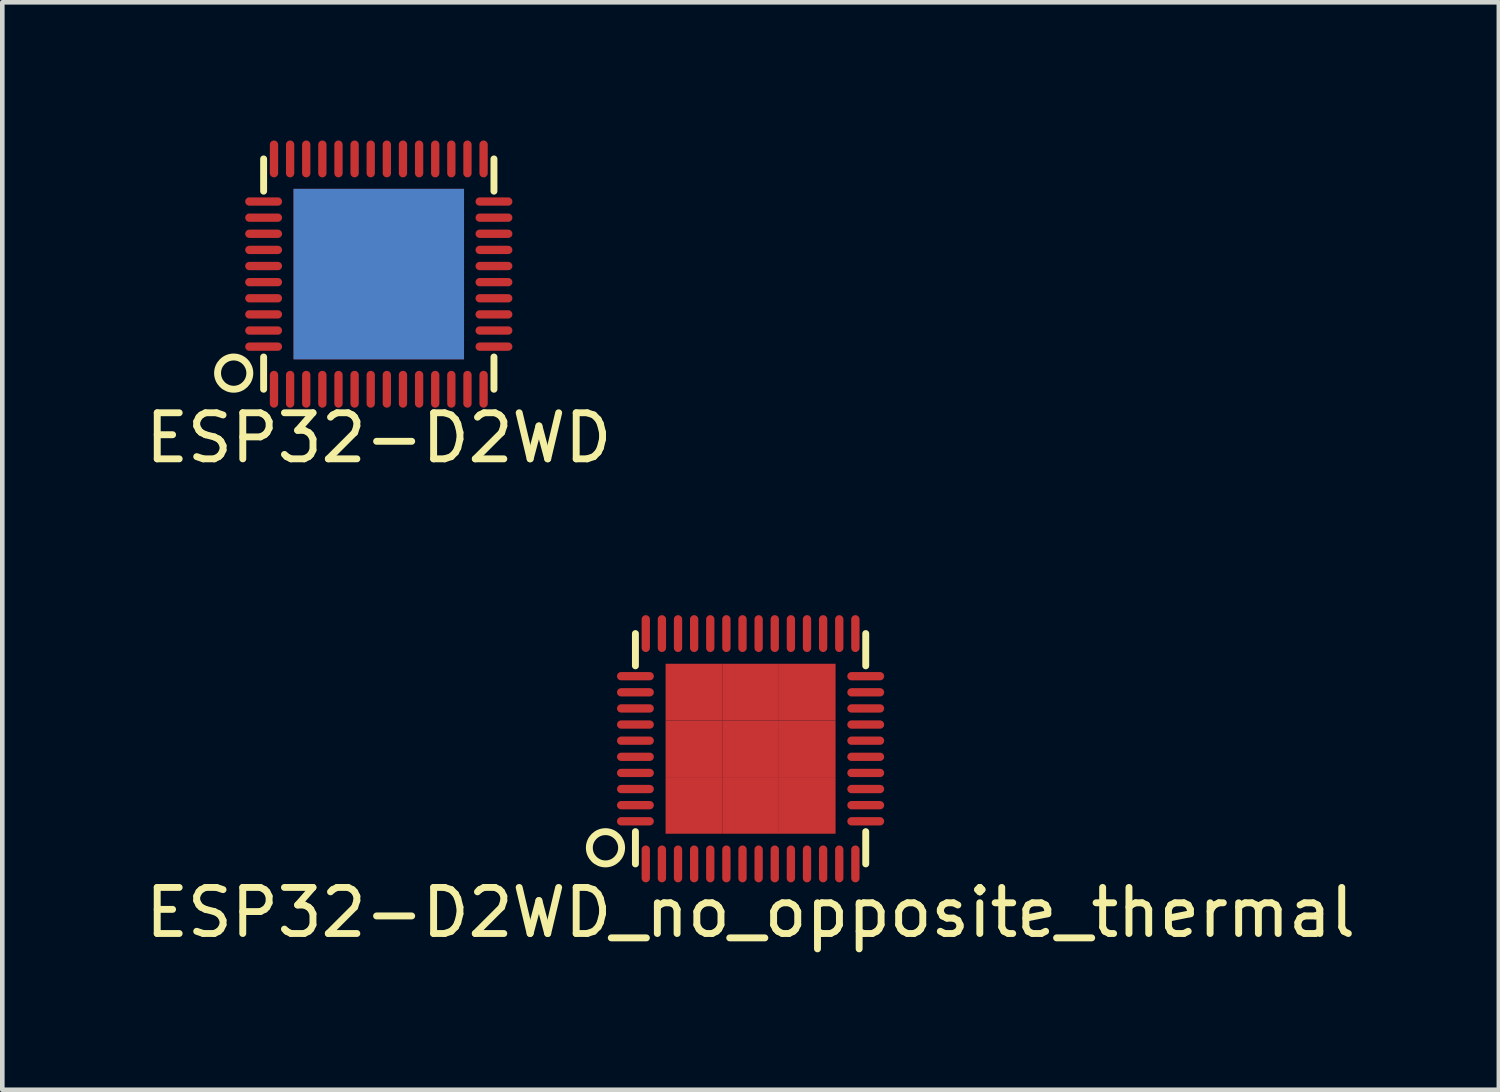
<source format=kicad_pcb>
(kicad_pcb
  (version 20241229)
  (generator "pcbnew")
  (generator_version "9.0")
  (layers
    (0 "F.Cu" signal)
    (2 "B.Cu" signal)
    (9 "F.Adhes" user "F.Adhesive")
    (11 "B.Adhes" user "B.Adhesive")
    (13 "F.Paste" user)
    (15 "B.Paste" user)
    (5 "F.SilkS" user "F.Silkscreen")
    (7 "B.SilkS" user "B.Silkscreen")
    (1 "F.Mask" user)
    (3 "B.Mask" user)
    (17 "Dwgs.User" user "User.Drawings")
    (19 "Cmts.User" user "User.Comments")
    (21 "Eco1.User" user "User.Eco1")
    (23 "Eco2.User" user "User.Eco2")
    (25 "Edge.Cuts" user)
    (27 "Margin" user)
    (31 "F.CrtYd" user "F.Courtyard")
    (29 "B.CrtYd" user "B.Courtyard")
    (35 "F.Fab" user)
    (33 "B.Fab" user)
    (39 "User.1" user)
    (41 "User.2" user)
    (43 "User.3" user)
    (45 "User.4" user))
  (footprint "ESP32-D2WD_no_opposite_thermal"
    (layer "F.Cu")
    (at 13.244 13.204)
    (property "Reference" "ESP32-D2WD_no_opposite_thermal" (at 0 3.556 0) (layer "F.SilkS") (effects (font (size 1 1) (thickness 0.15))))
    (attr through_hole)
    (fp_line (start -2.5 -2.5) (end -2.5 -1.8) (stroke (width 0.15) (type solid)) (layer "F.SilkS"))
    (fp_line (start -2.5 2.5) (end -2.5 1.8) (stroke (width 0.15) (type solid)) (layer "F.SilkS"))
    (fp_line (start 2.5 -1.8) (end 2.5 -2.5) (stroke (width 0.15) (type solid)) (layer "F.SilkS"))
    (fp_line (start 2.5 2.5) (end 2.5 1.8) (stroke (width 0.15) (type solid)) (layer "F.SilkS"))
    (fp_circle (center -3.15 2.15) (end -3.15 1.8) (stroke (width 0.15) (type solid)) (fill no) (layer "F.SilkS"))
    (pad "1" smd oval (at -2.275 2.5 90) (size 0.8 0.18) (layers "F.Cu" "F.Mask" "F.Paste"))
    (pad "2" smd oval (at -1.925 2.5 90) (size 0.8 0.18) (layers "F.Cu" "F.Mask" "F.Paste"))
    (pad "3" smd oval (at -1.575 2.5 90) (size 0.8 0.18) (layers "F.Cu" "F.Mask" "F.Paste"))
    (pad "4" smd oval (at -1.225 2.5 90) (size 0.8 0.18) (layers "F.Cu" "F.Mask" "F.Paste"))
    (pad "5" smd oval (at -0.875 2.5 90) (size 0.8 0.18) (layers "F.Cu" "F.Mask" "F.Paste"))
    (pad "6" smd oval (at -0.525 2.5 90) (size 0.8 0.18) (layers "F.Cu" "F.Mask" "F.Paste"))
    (pad "7" smd oval (at -0.175 2.5 90) (size 0.8 0.18) (layers "F.Cu" "F.Mask" "F.Paste"))
    (pad "8" smd oval (at 0.175 2.5 90) (size 0.8 0.18) (layers "F.Cu" "F.Mask" "F.Paste"))
    (pad "9" smd oval (at 0.525 2.5 90) (size 0.8 0.18) (layers "F.Cu" "F.Mask" "F.Paste"))
    (pad "10" smd oval (at 0.875 2.5 90) (size 0.8 0.18) (layers "F.Cu" "F.Mask" "F.Paste"))
    (pad "11" smd oval (at 1.225 2.5 90) (size 0.8 0.18) (layers "F.Cu" "F.Mask" "F.Paste"))
    (pad "12" smd oval (at 1.575 2.5 90) (size 0.8 0.18) (layers "F.Cu" "F.Mask" "F.Paste"))
    (pad "13" smd oval (at 1.925 2.5 90) (size 0.8 0.18) (layers "F.Cu" "F.Mask" "F.Paste"))
    (pad "14" smd oval (at 2.275 2.5 90) (size 0.8 0.18) (layers "F.Cu" "F.Mask" "F.Paste"))
    (pad "15" smd oval (at 2.5 1.575) (size 0.8 0.18) (layers "F.Cu" "F.Mask" "F.Paste"))
    (pad "16" smd oval (at 2.5 1.225) (size 0.8 0.18) (layers "F.Cu" "F.Mask" "F.Paste"))
    (pad "17" smd oval (at 2.5 0.875) (size 0.8 0.18) (layers "F.Cu" "F.Mask" "F.Paste"))
    (pad "18" smd oval (at 2.5 0.525) (size 0.8 0.18) (layers "F.Cu" "F.Mask" "F.Paste"))
    (pad "19" smd oval (at 2.5 0.175) (size 0.8 0.18) (layers "F.Cu" "F.Mask" "F.Paste"))
    (pad "20" smd oval (at 2.5 -0.175) (size 0.8 0.18) (layers "F.Cu" "F.Mask" "F.Paste"))
    (pad "21" smd oval (at 2.5 -0.525) (size 0.8 0.18) (layers "F.Cu" "F.Mask" "F.Paste"))
    (pad "22" smd oval (at 2.5 -0.875) (size 0.8 0.18) (layers "F.Cu" "F.Mask" "F.Paste"))
    (pad "23" smd oval (at 2.5 -1.225) (size 0.8 0.18) (layers "F.Cu" "F.Mask" "F.Paste"))
    (pad "24" smd oval (at 2.5 -1.575) (size 0.8 0.18) (layers "F.Cu" "F.Mask" "F.Paste"))
    (pad "25" smd oval (at 2.275 -2.5 90) (size 0.8 0.18) (layers "F.Cu" "F.Mask" "F.Paste"))
    (pad "26" smd oval (at 1.925 -2.5 90) (size 0.8 0.18) (layers "F.Cu" "F.Mask" "F.Paste"))
    (pad "27" smd oval (at 1.575 -2.5 90) (size 0.8 0.18) (layers "F.Cu" "F.Mask" "F.Paste"))
    (pad "28" smd oval (at 1.225 -2.5 90) (size 0.8 0.18) (layers "F.Cu" "F.Mask" "F.Paste"))
    (pad "29" smd oval (at 0.875 -2.5 90) (size 0.8 0.18) (layers "F.Cu" "F.Mask" "F.Paste"))
    (pad "30" smd oval (at 0.525 -2.5 90) (size 0.8 0.18) (layers "F.Cu" "F.Mask" "F.Paste"))
    (pad "31" smd oval (at 0.175 -2.5 90) (size 0.8 0.18) (layers "F.Cu" "F.Mask" "F.Paste"))
    (pad "32" smd oval (at -0.175 -2.5 90) (size 0.8 0.18) (layers "F.Cu" "F.Mask" "F.Paste"))
    (pad "33" smd oval (at -0.525 -2.5 90) (size 0.8 0.18) (layers "F.Cu" "F.Mask" "F.Paste"))
    (pad "34" smd oval (at -0.875 -2.5 90) (size 0.8 0.18) (layers "F.Cu" "F.Mask" "F.Paste"))
    (pad "35" smd oval (at -1.225 -2.5 90) (size 0.8 0.18) (layers "F.Cu" "F.Mask" "F.Paste"))
    (pad "36" smd oval (at -1.575 -2.5 90) (size 0.8 0.18) (layers "F.Cu" "F.Mask" "F.Paste"))
    (pad "37" smd oval (at -1.925 -2.5 90) (size 0.8 0.18) (layers "F.Cu" "F.Mask" "F.Paste"))
    (pad "38" smd oval (at -2.275 -2.5 90) (size 0.8 0.18) (layers "F.Cu" "F.Mask" "F.Paste"))
    (pad "39" smd oval (at -2.5 -1.575) (size 0.8 0.18) (layers "F.Cu" "F.Mask" "F.Paste"))
    (pad "40" smd oval (at -2.5 -1.225) (size 0.8 0.18) (layers "F.Cu" "F.Mask" "F.Paste"))
    (pad "41" smd oval (at -2.5 -0.875) (size 0.8 0.18) (layers "F.Cu" "F.Mask" "F.Paste"))
    (pad "42" smd oval (at -2.5 -0.525) (size 0.8 0.18) (layers "F.Cu" "F.Mask" "F.Paste"))
    (pad "43" smd oval (at -2.5 -0.175) (size 0.8 0.18) (layers "F.Cu" "F.Mask" "F.Paste"))
    (pad "44" smd oval (at -2.5 0.175) (size 0.8 0.18) (layers "F.Cu" "F.Mask" "F.Paste"))
    (pad "45" smd oval (at -2.5 0.525) (size 0.8 0.18) (layers "F.Cu" "F.Mask" "F.Paste"))
    (pad "46" smd oval (at -2.5 0.875) (size 0.8 0.18) (layers "F.Cu" "F.Mask" "F.Paste"))
    (pad "47" smd oval (at -2.5 1.225) (size 0.8 0.18) (layers "F.Cu" "F.Mask" "F.Paste"))
    (pad "48" smd oval (at -2.5 1.575) (size 0.8 0.18) (layers "F.Cu" "F.Mask" "F.Paste"))
    (pad "49" smd rect (at -1.23 -1.23) (size 1.23 1.23) (layers "F.Cu" "F.Mask" "F.Paste"))
    (pad "49" smd rect (at -1.23 0) (size 1.23 1.23) (layers "F.Cu" "F.Mask" "F.Paste"))
    (pad "49" smd rect (at -1.23 1.23) (size 1.23 1.23) (layers "F.Cu" "F.Mask" "F.Paste"))
    (pad "49" smd rect (at 0 -1.23) (size 1.23 1.23) (layers "F.Cu" "F.Mask" "F.Paste"))
    (pad "49" smd rect (at 0 0) (size 1.23 1.23) (layers "F.Cu" "F.Mask" "F.Paste"))
    (pad "49" smd rect (at 0 1.23) (size 1.23 1.23) (layers "F.Cu" "F.Mask" "F.Paste"))
    (pad "49" smd rect (at 1.23 -1.23) (size 1.23 1.23) (layers "F.Cu" "F.Mask" "F.Paste"))
    (pad "49" smd rect (at 1.23 0) (size 1.23 1.23) (layers "F.Cu" "F.Mask" "F.Paste"))
    (pad "49" smd rect (at 1.23 1.23) (size 1.23 1.23) (layers "F.Cu" "F.Mask" "F.Paste")))
  (footprint "ESP32-D2WD"
    (layer "F.Cu")
    (at 5.173 2.9)
    (property "Reference" "ESP32-D2WD" (at 0 3.556 0) (layer "F.SilkS") (effects (font (size 1 1) (thickness 0.15))))
    (attr through_hole)
    (fp_line (start -2.5 -2.5) (end -2.5 -1.8) (stroke (width 0.15) (type solid)) (layer "F.SilkS"))
    (fp_line (start -2.5 2.5) (end -2.5 1.8) (stroke (width 0.15) (type solid)) (layer "F.SilkS"))
    (fp_line (start 2.5 -1.8) (end 2.5 -2.5) (stroke (width 0.15) (type solid)) (layer "F.SilkS"))
    (fp_line (start 2.5 2.5) (end 2.5 1.8) (stroke (width 0.15) (type solid)) (layer "F.SilkS"))
    (fp_circle (center -3.15 2.15) (end -3.15 1.8) (stroke (width 0.15) (type solid)) (fill no) (layer "F.SilkS"))
    (pad "1" smd oval (at -2.275 2.5 90) (size 0.8 0.18) (layers "F.Cu" "F.Mask" "F.Paste"))
    (pad "2" smd oval (at -1.925 2.5 90) (size 0.8 0.18) (layers "F.Cu" "F.Mask" "F.Paste"))
    (pad "3" smd oval (at -1.575 2.5 90) (size 0.8 0.18) (layers "F.Cu" "F.Mask" "F.Paste"))
    (pad "4" smd oval (at -1.225 2.5 90) (size 0.8 0.18) (layers "F.Cu" "F.Mask" "F.Paste"))
    (pad "5" smd oval (at -0.875 2.5 90) (size 0.8 0.18) (layers "F.Cu" "F.Mask" "F.Paste"))
    (pad "6" smd oval (at -0.525 2.5 90) (size 0.8 0.18) (layers "F.Cu" "F.Mask" "F.Paste"))
    (pad "7" smd oval (at -0.175 2.5 90) (size 0.8 0.18) (layers "F.Cu" "F.Mask" "F.Paste"))
    (pad "8" smd oval (at 0.175 2.5 90) (size 0.8 0.18) (layers "F.Cu" "F.Mask" "F.Paste"))
    (pad "9" smd oval (at 0.525 2.5 90) (size 0.8 0.18) (layers "F.Cu" "F.Mask" "F.Paste"))
    (pad "10" smd oval (at 0.875 2.5 90) (size 0.8 0.18) (layers "F.Cu" "F.Mask" "F.Paste"))
    (pad "11" smd oval (at 1.225 2.5 90) (size 0.8 0.18) (layers "F.Cu" "F.Mask" "F.Paste"))
    (pad "12" smd oval (at 1.575 2.5 90) (size 0.8 0.18) (layers "F.Cu" "F.Mask" "F.Paste"))
    (pad "13" smd oval (at 1.925 2.5 90) (size 0.8 0.18) (layers "F.Cu" "F.Mask" "F.Paste"))
    (pad "14" smd oval (at 2.275 2.5 90) (size 0.8 0.18) (layers "F.Cu" "F.Mask" "F.Paste"))
    (pad "15" smd oval (at 2.5 1.575) (size 0.8 0.18) (layers "F.Cu" "F.Mask" "F.Paste"))
    (pad "16" smd oval (at 2.5 1.225) (size 0.8 0.18) (layers "F.Cu" "F.Mask" "F.Paste"))
    (pad "17" smd oval (at 2.5 0.875) (size 0.8 0.18) (layers "F.Cu" "F.Mask" "F.Paste"))
    (pad "18" smd oval (at 2.5 0.525) (size 0.8 0.18) (layers "F.Cu" "F.Mask" "F.Paste"))
    (pad "19" smd oval (at 2.5 0.175) (size 0.8 0.18) (layers "F.Cu" "F.Mask" "F.Paste"))
    (pad "20" smd oval (at 2.5 -0.175) (size 0.8 0.18) (layers "F.Cu" "F.Mask" "F.Paste"))
    (pad "21" smd oval (at 2.5 -0.525) (size 0.8 0.18) (layers "F.Cu" "F.Mask" "F.Paste"))
    (pad "22" smd oval (at 2.5 -0.875) (size 0.8 0.18) (layers "F.Cu" "F.Mask" "F.Paste"))
    (pad "23" smd oval (at 2.5 -1.225) (size 0.8 0.18) (layers "F.Cu" "F.Mask" "F.Paste"))
    (pad "24" smd oval (at 2.5 -1.575) (size 0.8 0.18) (layers "F.Cu" "F.Mask" "F.Paste"))
    (pad "25" smd oval (at 2.275 -2.5 90) (size 0.8 0.18) (layers "F.Cu" "F.Mask" "F.Paste"))
    (pad "26" smd oval (at 1.925 -2.5 90) (size 0.8 0.18) (layers "F.Cu" "F.Mask" "F.Paste"))
    (pad "27" smd oval (at 1.575 -2.5 90) (size 0.8 0.18) (layers "F.Cu" "F.Mask" "F.Paste"))
    (pad "28" smd oval (at 1.225 -2.5 90) (size 0.8 0.18) (layers "F.Cu" "F.Mask" "F.Paste"))
    (pad "29" smd oval (at 0.875 -2.5 90) (size 0.8 0.18) (layers "F.Cu" "F.Mask" "F.Paste"))
    (pad "30" smd oval (at 0.525 -2.5 90) (size 0.8 0.18) (layers "F.Cu" "F.Mask" "F.Paste"))
    (pad "31" smd oval (at 0.175 -2.5 90) (size 0.8 0.18) (layers "F.Cu" "F.Mask" "F.Paste"))
    (pad "32" smd oval (at -0.175 -2.5 90) (size 0.8 0.18) (layers "F.Cu" "F.Mask" "F.Paste"))
    (pad "33" smd oval (at -0.525 -2.5 90) (size 0.8 0.18) (layers "F.Cu" "F.Mask" "F.Paste"))
    (pad "34" smd oval (at -0.875 -2.5 90) (size 0.8 0.18) (layers "F.Cu" "F.Mask" "F.Paste"))
    (pad "35" smd oval (at -1.225 -2.5 90) (size 0.8 0.18) (layers "F.Cu" "F.Mask" "F.Paste"))
    (pad "36" smd oval (at -1.575 -2.5 90) (size 0.8 0.18) (layers "F.Cu" "F.Mask" "F.Paste"))
    (pad "37" smd oval (at -1.925 -2.5 90) (size 0.8 0.18) (layers "F.Cu" "F.Mask" "F.Paste"))
    (pad "38" smd oval (at -2.275 -2.5 90) (size 0.8 0.18) (layers "F.Cu" "F.Mask" "F.Paste"))
    (pad "39" smd oval (at -2.5 -1.575) (size 0.8 0.18) (layers "F.Cu" "F.Mask" "F.Paste"))
    (pad "40" smd oval (at -2.5 -1.225) (size 0.8 0.18) (layers "F.Cu" "F.Mask" "F.Paste"))
    (pad "41" smd oval (at -2.5 -0.875) (size 0.8 0.18) (layers "F.Cu" "F.Mask" "F.Paste"))
    (pad "42" smd oval (at -2.5 -0.525) (size 0.8 0.18) (layers "F.Cu" "F.Mask" "F.Paste"))
    (pad "43" smd oval (at -2.5 -0.175) (size 0.8 0.18) (layers "F.Cu" "F.Mask" "F.Paste"))
    (pad "44" smd oval (at -2.5 0.175) (size 0.8 0.18) (layers "F.Cu" "F.Mask" "F.Paste"))
    (pad "45" smd oval (at -2.5 0.525) (size 0.8 0.18) (layers "F.Cu" "F.Mask" "F.Paste"))
    (pad "46" smd oval (at -2.5 0.875) (size 0.8 0.18) (layers "F.Cu" "F.Mask" "F.Paste"))
    (pad "47" smd oval (at -2.5 1.225) (size 0.8 0.18) (layers "F.Cu" "F.Mask" "F.Paste"))
    (pad "48" smd oval (at -2.5 1.575) (size 0.8 0.18) (layers "F.Cu" "F.Mask" "F.Paste"))
    (pad "49" smd rect (at 0 0) (size 3.7 3.7) (layers "F.Cu" "F.Mask" "F.Paste"))
    (pad "49" smd rect (at 0 0) (size 3.7 3.7) (layers "F.Mask" "B.Cu" "F.Paste")))
  (gr_rect
    (start -3 -3)
    (end 29.488 20.608)
    (stroke (width 0.1) (type default))
    (fill no)
    (layer "Edge.Cuts")))
</source>
